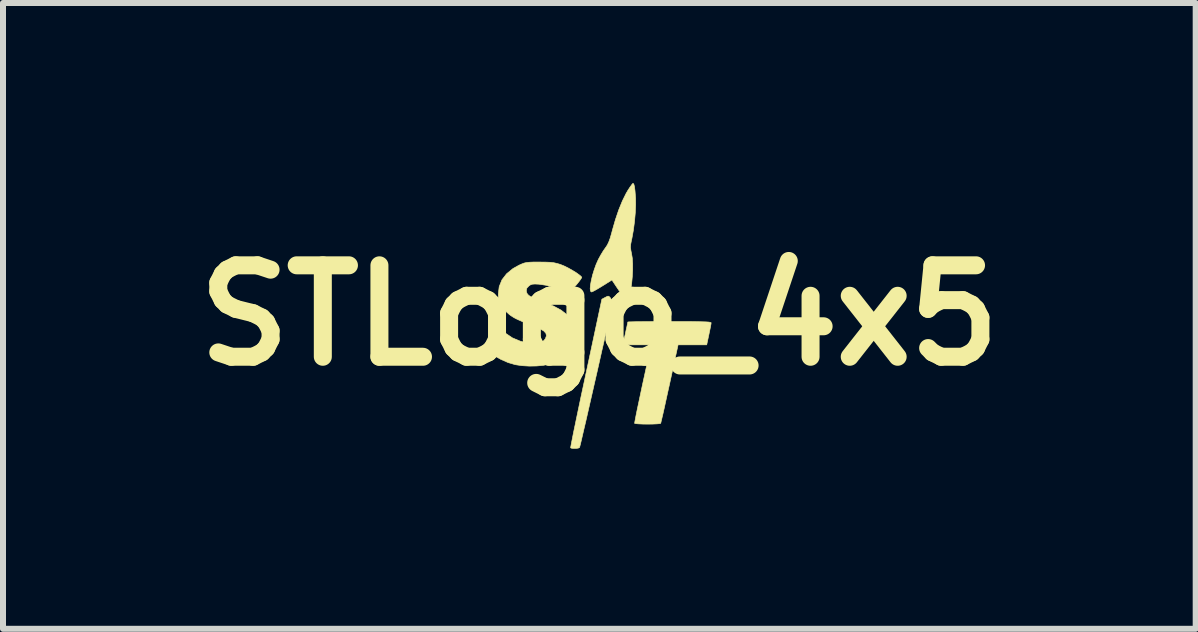
<source format=kicad_pcb>
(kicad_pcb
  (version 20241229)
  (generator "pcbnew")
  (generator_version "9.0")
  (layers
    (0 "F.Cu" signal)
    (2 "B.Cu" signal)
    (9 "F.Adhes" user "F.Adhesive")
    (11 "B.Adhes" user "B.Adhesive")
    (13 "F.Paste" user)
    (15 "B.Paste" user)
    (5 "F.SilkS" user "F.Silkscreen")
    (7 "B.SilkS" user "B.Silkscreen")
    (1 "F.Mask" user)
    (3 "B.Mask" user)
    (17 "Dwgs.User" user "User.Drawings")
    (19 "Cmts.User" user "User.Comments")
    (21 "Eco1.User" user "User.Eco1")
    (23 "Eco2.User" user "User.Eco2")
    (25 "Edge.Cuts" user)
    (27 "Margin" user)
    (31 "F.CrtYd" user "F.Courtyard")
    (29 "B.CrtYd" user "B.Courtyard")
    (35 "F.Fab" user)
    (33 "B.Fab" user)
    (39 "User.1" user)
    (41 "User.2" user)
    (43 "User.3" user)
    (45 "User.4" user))
  (footprint "STLogo_4x5"
    (layer "F.Cu")
    (at 6.938 2.206)
    (property "Reference" "STLogo_4x5" (at 0 0 0) (layer "F.SilkS") (effects (font (size 1.524 1.524) (thickness 0.3))))
    (attr through_hole)
    (fp_poly (pts (xy 0.178 -0.299) (xy 0.187 -0.288) (xy 0.21 -0.25) (xy 0.22 -0.219) (xy 0.216 -0.198) (xy 0.206 -0.147) (xy 0.189 -0.07) (xy 0.167 0.03) (xy 0.14 0.151) (xy 0.11 0.288) (xy 0.076 0.439) (xy 0.039 0.6) (xy 0.001 0.769) (xy -0.038 0.942) (xy -0.078 1.116) (xy -0.117 1.287) (xy -0.155 1.453) (xy -0.191 1.611) (xy -0.224 1.756) (xy -0.255 1.887) (xy -0.281 1.999) (xy -0.302 2.09) (xy -0.318 2.156) (xy -0.328 2.194) (xy -0.331 2.202) (xy -0.352 2.212) (xy -0.392 2.217) (xy -0.436 2.217) (xy -0.47 2.212) (xy -0.479 2.206) (xy -0.476 2.187) (xy -0.467 2.139) (xy -0.452 2.062) (xy -0.432 1.96) (xy -0.406 1.836) (xy -0.376 1.691) (xy -0.342 1.529) (xy -0.305 1.352) (xy -0.264 1.162) (xy -0.222 0.964) (xy -0.221 0.961) (xy 0.042 -0.27) (xy 0.098 -0.3) (xy 0.136 -0.319) (xy 0.158 -0.319) (xy 0.178 -0.299)) (stroke (width 0.01) (type solid)) (fill yes) (layer "F.SilkS"))
    (fp_poly (pts (xy 0.574 -2.188) (xy 0.585 -2.148) (xy 0.594 -2.078) (xy 0.602 -1.977) (xy 0.604 -1.956) (xy 0.605 -1.843) (xy 0.599 -1.709) (xy 0.586 -1.564) (xy 0.567 -1.419) (xy 0.543 -1.286) (xy 0.534 -1.245) (xy 0.522 -1.182) (xy 0.519 -1.131) (xy 0.527 -1.075) (xy 0.536 -1.033) (xy 0.549 -0.954) (xy 0.555 -0.859) (xy 0.555 -0.753) (xy 0.549 -0.644) (xy 0.539 -0.538) (xy 0.525 -0.441) (xy 0.506 -0.359) (xy 0.485 -0.299) (xy 0.465 -0.271) (xy 0.445 -0.265) (xy 0.42 -0.285) (xy 0.402 -0.308) (xy 0.372 -0.35) (xy 0.331 -0.409) (xy 0.289 -0.471) (xy 0.285 -0.477) (xy 0.21 -0.59) (xy 0.05 -0.49) (xy -0.016 -0.45) (xy -0.073 -0.417) (xy -0.114 -0.396) (xy -0.131 -0.39) (xy -0.147 -0.404) (xy -0.153 -0.445) (xy -0.148 -0.506) (xy -0.134 -0.583) (xy -0.114 -0.669) (xy -0.086 -0.76) (xy -0.054 -0.849) (xy -0.017 -0.932) (xy -0.015 -0.936) (xy 0.024 -1.007) (xy 0.069 -1.081) (xy 0.101 -1.126) (xy 0.132 -1.172) (xy 0.157 -1.224) (xy 0.181 -1.289) (xy 0.206 -1.377) (xy 0.217 -1.419) (xy 0.267 -1.593) (xy 0.323 -1.758) (xy 0.384 -1.908) (xy 0.447 -2.035) (xy 0.478 -2.088) (xy 0.513 -2.141) (xy 0.542 -2.181) (xy 0.559 -2.2) (xy 0.561 -2.201) (xy 0.574 -2.188)) (stroke (width 0.01) (type solid)) (fill yes) (layer "F.SilkS"))
    (fp_poly (pts (xy 1.347 0.102) (xy 1.495 0.102) (xy 1.613 0.104) (xy 1.706 0.106) (xy 1.774 0.108) (xy 1.822 0.111) (xy 1.85 0.116) (xy 1.862 0.121) (xy 1.863 0.123) (xy 1.86 0.147) (xy 1.851 0.197) (xy 1.837 0.264) (xy 1.826 0.318) (xy 1.789 0.491) (xy 1.312 0.491) (xy 1.171 1.139) (xy 1.139 1.282) (xy 1.11 1.415) (xy 1.084 1.534) (xy 1.061 1.636) (xy 1.042 1.716) (xy 1.029 1.771) (xy 1.023 1.797) (xy 1.022 1.799) (xy 1.003 1.804) (xy 0.957 1.808) (xy 0.89 1.811) (xy 0.81 1.812) (xy 0.804 1.812) (xy 0.724 1.811) (xy 0.656 1.808) (xy 0.609 1.804) (xy 0.588 1.8) (xy 0.588 1.799) (xy 0.59 1.78) (xy 0.599 1.732) (xy 0.613 1.658) (xy 0.633 1.56) (xy 0.658 1.443) (xy 0.686 1.31) (xy 0.717 1.164) (xy 0.751 1.009) (xy 0.786 0.848) (xy 0.823 0.685) (xy 0.854 0.546) (xy 0.866 0.491) (xy 0.627 0.491) (xy 0.532 0.491) (xy 0.467 0.489) (xy 0.425 0.486) (xy 0.403 0.481) (xy 0.395 0.473) (xy 0.396 0.461) (xy 0.403 0.433) (xy 0.415 0.384) (xy 0.43 0.321) (xy 0.444 0.253) (xy 0.458 0.191) (xy 0.469 0.141) (xy 0.474 0.113) (xy 0.474 0.11) (xy 0.49 0.108) (xy 0.537 0.107) (xy 0.611 0.105) (xy 0.707 0.104) (xy 0.824 0.103) (xy 0.956 0.102) (xy 1.101 0.102) (xy 1.168 0.102) (xy 1.347 0.102)) (stroke (width 0.01) (type solid)) (fill yes) (layer "F.SilkS"))
    (fp_poly (pts (xy -0.898 -0.888) (xy -0.821 -0.885) (xy -0.76 -0.878) (xy -0.706 -0.866) (xy -0.652 -0.85) (xy -0.594 -0.827) (xy -0.526 -0.794) (xy -0.456 -0.755) (xy -0.39 -0.715) (xy -0.337 -0.677) (xy -0.302 -0.647) (xy -0.293 -0.635) (xy -0.302 -0.616) (xy -0.328 -0.578) (xy -0.369 -0.526) (xy -0.416 -0.47) (xy -0.544 -0.322) (xy -0.621 -0.38) (xy -0.742 -0.453) (xy -0.881 -0.501) (xy -1.008 -0.52) (xy -1.073 -0.523) (xy -1.116 -0.52) (xy -1.148 -0.509) (xy -1.174 -0.491) (xy -1.208 -0.455) (xy -1.217 -0.414) (xy -1.216 -0.401) (xy -1.206 -0.367) (xy -1.18 -0.336) (xy -1.134 -0.305) (xy -1.064 -0.272) (xy -0.967 -0.235) (xy -0.923 -0.219) (xy -0.764 -0.156) (xy -0.638 -0.088) (xy -0.541 -0.013) (xy -0.474 0.07) (xy -0.433 0.164) (xy -0.417 0.27) (xy -0.417 0.288) (xy -0.433 0.418) (xy -0.479 0.535) (xy -0.554 0.638) (xy -0.656 0.724) (xy -0.782 0.791) (xy -0.848 0.815) (xy -0.936 0.833) (xy -1.046 0.843) (xy -1.167 0.845) (xy -1.288 0.838) (xy -1.397 0.822) (xy -1.405 0.82) (xy -1.521 0.786) (xy -1.641 0.733) (xy -1.753 0.67) (xy -1.834 0.609) (xy -1.876 0.571) (xy -1.904 0.541) (xy -1.913 0.528) (xy -1.903 0.511) (xy -1.875 0.474) (xy -1.833 0.423) (xy -1.786 0.368) (xy -1.658 0.221) (xy -1.57 0.293) (xy -1.45 0.374) (xy -1.317 0.43) (xy -1.186 0.461) (xy -1.076 0.47) (xy -0.989 0.456) (xy -0.926 0.421) (xy -0.898 0.385) (xy -0.882 0.339) (xy -0.891 0.298) (xy -0.927 0.259) (xy -0.993 0.221) (xy -1.067 0.19) (xy -1.184 0.144) (xy -1.274 0.107) (xy -1.343 0.077) (xy -1.396 0.052) (xy -1.438 0.028) (xy -1.476 0.003) (xy -1.498 -0.013) (xy -1.555 -0.064) (xy -1.608 -0.124) (xy -1.633 -0.158) (xy -1.662 -0.212) (xy -1.678 -0.262) (xy -1.683 -0.324) (xy -1.684 -0.353) (xy -1.669 -0.479) (xy -1.623 -0.593) (xy -1.546 -0.693) (xy -1.44 -0.78) (xy -1.34 -0.836) (xy -1.293 -0.857) (xy -1.254 -0.872) (xy -1.214 -0.881) (xy -1.165 -0.886) (xy -1.1 -0.889) (xy -1.01 -0.889) (xy -0.999 -0.889) (xy -0.898 -0.888)) (stroke (width 0.01) (type solid)) (fill yes) (layer "F.SilkS")))
  (gr_rect
    (start -3 -3)
    (end 16.876 7.429)
    (stroke (width 0.1) (type default))
    (fill no)
    (layer "Edge.Cuts")))
</source>
